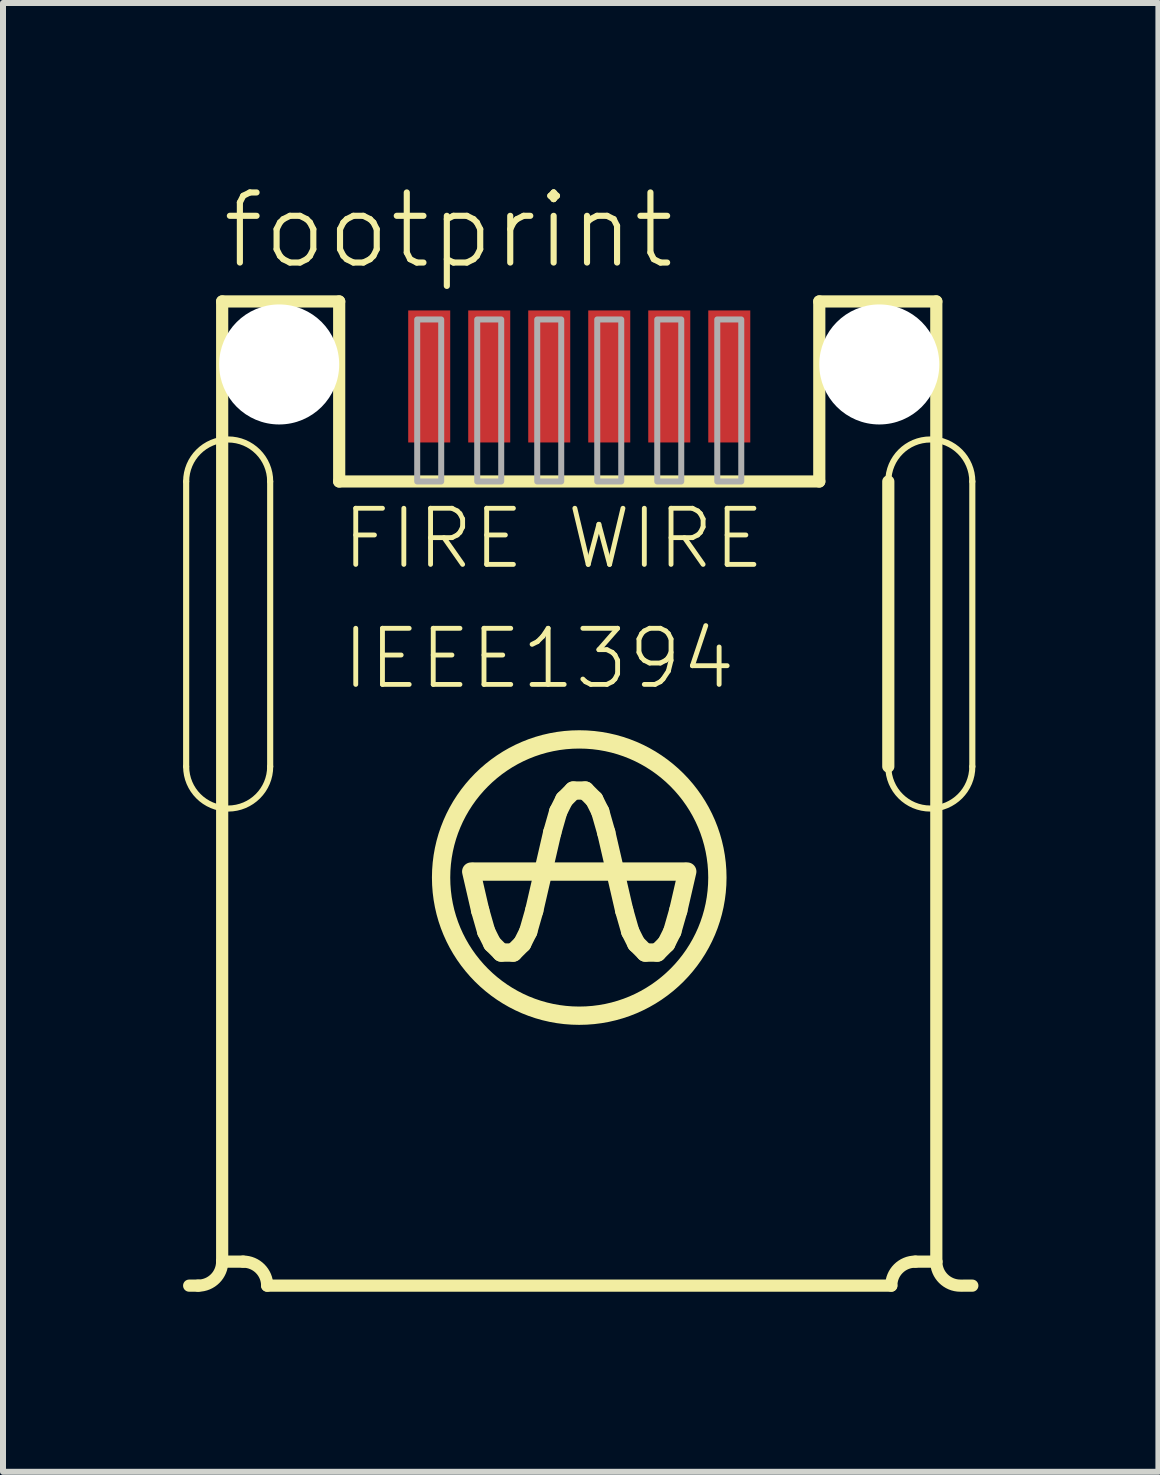
<source format=kicad_pcb>
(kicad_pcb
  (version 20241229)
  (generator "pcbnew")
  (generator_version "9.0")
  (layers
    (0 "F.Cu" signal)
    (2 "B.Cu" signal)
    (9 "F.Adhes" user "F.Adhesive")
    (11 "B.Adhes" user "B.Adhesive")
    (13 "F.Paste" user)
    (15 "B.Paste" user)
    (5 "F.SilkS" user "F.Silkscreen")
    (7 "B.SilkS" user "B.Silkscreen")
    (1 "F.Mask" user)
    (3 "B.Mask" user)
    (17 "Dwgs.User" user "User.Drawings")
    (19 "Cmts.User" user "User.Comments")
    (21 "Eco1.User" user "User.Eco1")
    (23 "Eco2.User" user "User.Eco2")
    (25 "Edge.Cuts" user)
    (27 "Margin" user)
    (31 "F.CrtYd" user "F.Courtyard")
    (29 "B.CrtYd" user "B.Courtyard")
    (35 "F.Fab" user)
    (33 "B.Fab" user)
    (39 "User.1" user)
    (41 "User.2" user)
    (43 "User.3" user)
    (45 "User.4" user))
  (footprint "footprint"
    (layer "F.Cu")
    (at 6.602 11.473)
    (property "Reference" "footprint" (at -6 -10 0) (layer "F.SilkS") (effects (font (size 1.168 1.168) (thickness 0.102)) (justify left bottom)))
    (fp_line (start -6.55 -1.75) (end -6.55 -6.5) (stroke (width 0.102) (type solid)) (layer "F.SilkS"))
    (fp_line (start -6.35 6.9) (end -6.5 6.9) (stroke (width 0.203) (type solid)) (layer "F.SilkS"))
    (fp_line (start -5.95 -9.5) (end -4 -9.5) (stroke (width 0.203) (type solid)) (layer "F.SilkS"))
    (fp_line (start -5.95 6.5) (end -5.95 -9.5) (stroke (width 0.203) (type solid)) (layer "F.SilkS"))
    (fp_line (start -5.6 6.5) (end -5.95 6.5) (stroke (width 0.203) (type solid)) (layer "F.SilkS"))
    (fp_line (start -5.15 -6.5) (end -5.15 -1.75) (stroke (width 0.102) (type solid)) (layer "F.SilkS"))
    (fp_line (start -4 -9.5) (end -4 -6.5) (stroke (width 0.203) (type solid)) (layer "F.SilkS"))
    (fp_line (start -4 -6.5) (end 4 -6.5) (stroke (width 0.203) (type solid)) (layer "F.SilkS"))
    (fp_line (start -1.8 0) (end -1.65 0.65) (stroke (width 0.305) (type solid)) (layer "F.SilkS"))
    (fp_line (start -1.75 0) (end 1.75 0) (stroke (width 0.305) (type solid)) (layer "F.SilkS"))
    (fp_line (start -1.65 0.65) (end -1.55 1) (stroke (width 0.305) (type solid)) (layer "F.SilkS"))
    (fp_line (start -1.55 1) (end -1.45 1.2) (stroke (width 0.305) (type solid)) (layer "F.SilkS"))
    (fp_line (start -1.45 1.2) (end -1.3 1.35) (stroke (width 0.305) (type solid)) (layer "F.SilkS"))
    (fp_line (start -1.3 1.35) (end -1.1 1.35) (stroke (width 0.305) (type solid)) (layer "F.SilkS"))
    (fp_line (start -0.95 1.2) (end -1.1 1.35) (stroke (width 0.305) (type solid)) (layer "F.SilkS"))
    (fp_line (start -0.85 1) (end -0.95 1.2) (stroke (width 0.305) (type solid)) (layer "F.SilkS"))
    (fp_line (start -0.75 0.65) (end -0.85 1) (stroke (width 0.305) (type solid)) (layer "F.SilkS"))
    (fp_line (start -0.75 0.65) (end -0.45 -0.65) (stroke (width 0.305) (type solid)) (layer "F.SilkS"))
    (fp_line (start -0.45 -0.65) (end -0.35 -1) (stroke (width 0.305) (type solid)) (layer "F.SilkS"))
    (fp_line (start -0.35 -1) (end -0.25 -1.2) (stroke (width 0.305) (type solid)) (layer "F.SilkS"))
    (fp_line (start -0.25 -1.2) (end -0.1 -1.35) (stroke (width 0.305) (type solid)) (layer "F.SilkS"))
    (fp_line (start 0.1 -1.35) (end -0.1 -1.35) (stroke (width 0.305) (type solid)) (layer "F.SilkS"))
    (fp_line (start 0.25 -1.2) (end 0.1 -1.35) (stroke (width 0.305) (type solid)) (layer "F.SilkS"))
    (fp_line (start 0.35 -1) (end 0.25 -1.2) (stroke (width 0.305) (type solid)) (layer "F.SilkS"))
    (fp_line (start 0.45 -0.65) (end 0.35 -1) (stroke (width 0.305) (type solid)) (layer "F.SilkS"))
    (fp_line (start 0.45 -0.65) (end 0.75 0.65) (stroke (width 0.305) (type solid)) (layer "F.SilkS"))
    (fp_line (start 0.75 0.65) (end 0.85 1) (stroke (width 0.305) (type solid)) (layer "F.SilkS"))
    (fp_line (start 0.85 1) (end 0.95 1.2) (stroke (width 0.305) (type solid)) (layer "F.SilkS"))
    (fp_line (start 0.95 1.2) (end 1.1 1.35) (stroke (width 0.305) (type solid)) (layer "F.SilkS"))
    (fp_line (start 1.1 1.35) (end 1.3 1.35) (stroke (width 0.305) (type solid)) (layer "F.SilkS"))
    (fp_line (start 1.45 1.2) (end 1.3 1.35) (stroke (width 0.305) (type solid)) (layer "F.SilkS"))
    (fp_line (start 1.55 1) (end 1.45 1.2) (stroke (width 0.305) (type solid)) (layer "F.SilkS"))
    (fp_line (start 1.65 0.65) (end 1.55 1) (stroke (width 0.305) (type solid)) (layer "F.SilkS"))
    (fp_line (start 1.8 0) (end 1.65 0.65) (stroke (width 0.305) (type solid)) (layer "F.SilkS"))
    (fp_line (start 4 -9.5) (end 5.95 -9.5) (stroke (width 0.203) (type solid)) (layer "F.SilkS"))
    (fp_line (start 4 -6.5) (end 4 -9.5) (stroke (width 0.203) (type solid)) (layer "F.SilkS"))
    (fp_line (start 5.15 -1.75) (end 5.15 -6.5) (stroke (width 0.203) (type solid)) (layer "F.SilkS"))
    (fp_line (start 5.2 6.9) (end -5.2 6.9) (stroke (width 0.203) (type solid)) (layer "F.SilkS"))
    (fp_line (start 5.95 -9.5) (end 5.95 6.5) (stroke (width 0.203) (type solid)) (layer "F.SilkS"))
    (fp_line (start 5.95 6.5) (end 5.6 6.5) (stroke (width 0.203) (type solid)) (layer "F.SilkS"))
    (fp_line (start 6.55 -6.5) (end 6.55 -1.75) (stroke (width 0.102) (type solid)) (layer "F.SilkS"))
    (fp_line (start 6.55 6.9) (end 6.4 6.9) (stroke (width 0.203) (type solid)) (layer "F.SilkS"))
    (fp_arc (start -6.55 -6.5) (mid -5.85 -7.2) (end -5.15 -6.5) (stroke (width 0.1016) (type solid)) (layer "F.SilkS"))
    (fp_arc (start -5.95 6.5) (mid -6.067157 6.782843) (end -6.35 6.9) (stroke (width 0.2032) (type solid)) (layer "F.SilkS"))
    (fp_arc (start -5.6 6.5) (mid -5.317157 6.617157) (end -5.2 6.9) (stroke (width 0.2032) (type solid)) (layer "F.SilkS"))
    (fp_arc (start -5.15 -1.75) (mid -5.85 -1.05) (end -6.55 -1.75) (stroke (width 0.1016) (type solid)) (layer "F.SilkS"))
    (fp_arc (start 5.15 -6.5) (mid 5.85 -7.2) (end 6.55 -6.5) (stroke (width 0.1016) (type solid)) (layer "F.SilkS"))
    (fp_arc (start 5.2 6.9) (mid 5.317157 6.617157) (end 5.6 6.5) (stroke (width 0.2032) (type solid)) (layer "F.SilkS"))
    (fp_arc (start 6.35 6.9) (mid 6.067157 6.782843) (end 5.95 6.5) (stroke (width 0.2032) (type solid)) (layer "F.SilkS"))
    (fp_arc (start 6.55 -1.75) (mid 5.85 -1.05) (end 5.15 -1.75) (stroke (width 0.1016) (type solid)) (layer "F.SilkS"))
    (fp_circle (center 0 0.1) (end 2.302 0.1) (stroke (width 0.305) (type solid)) (fill no) (layer "F.SilkS"))
    (fp_poly (pts (xy -2.7 -6.5) (xy -2.3 -6.5) (xy -2.3 -9.2) (xy -2.7 -9.2)) (stroke (width 0.1) (type solid)) (fill no) (layer "F.Fab"))
    (fp_poly (pts (xy -1.7 -6.5) (xy -1.3 -6.5) (xy -1.3 -9.2) (xy -1.7 -9.2)) (stroke (width 0.1) (type solid)) (fill no) (layer "F.Fab"))
    (fp_poly (pts (xy -0.7 -6.5) (xy -0.3 -6.5) (xy -0.3 -9.2) (xy -0.7 -9.2)) (stroke (width 0.1) (type solid)) (fill no) (layer "F.Fab"))
    (fp_poly (pts (xy 0.3 -6.5) (xy 0.7 -6.5) (xy 0.7 -9.2) (xy 0.3 -9.2)) (stroke (width 0.1) (type solid)) (fill no) (layer "F.Fab"))
    (fp_poly (pts (xy 1.3 -6.5) (xy 1.7 -6.5) (xy 1.7 -9.2) (xy 1.3 -9.2)) (stroke (width 0.1) (type solid)) (fill no) (layer "F.Fab"))
    (fp_poly (pts (xy 2.3 -6.5) (xy 2.7 -6.5) (xy 2.7 -9.2) (xy 2.3 -9.2)) (stroke (width 0.1) (type solid)) (fill no) (layer "F.Fab"))
    (fp_text user "FIRE WIRE" (at -4 -5 0) (layer "F.SilkS") (effects (font (size 0.935 0.935) (thickness 0.081)) (justify left bottom)))
    (fp_text user "IEEE1394" (at -4 -3 0) (layer "F.SilkS") (effects (font (size 0.935 0.935) (thickness 0.081)) (justify left bottom)))
    (pad "" np_thru_hole circle (at -5 -8.45) (size 2 2) (drill 2) (layers "*.Cu" "*.Mask"))
    (pad "" np_thru_hole circle (at 5 -8.45) (size 2 2) (drill 2) (layers "*.Cu" "*.Mask"))
    (pad "1" smd rect (at -2.5 -8.25) (size 0.7 2.2) (layers "F.Cu" "F.Mask" "F.Paste"))
    (pad "2" smd rect (at -1.5 -8.25) (size 0.7 2.2) (layers "F.Cu" "F.Mask" "F.Paste"))
    (pad "3" smd rect (at -0.5 -8.25) (size 0.7 2.2) (layers "F.Cu" "F.Mask" "F.Paste"))
    (pad "4" smd rect (at 0.5 -8.25) (size 0.7 2.2) (layers "F.Cu" "F.Mask" "F.Paste"))
    (pad "5" smd rect (at 1.5 -8.25) (size 0.7 2.2) (layers "F.Cu" "F.Mask" "F.Paste"))
    (pad "6" smd rect (at 2.5 -8.25) (size 0.7 2.2) (layers "F.Cu" "F.Mask" "F.Paste")))
  (gr_rect
    (start -3 -3)
    (end 16.253 21.475)
    (stroke (width 0.1) (type default))
    (fill no)
    (layer "Edge.Cuts")))
</source>
